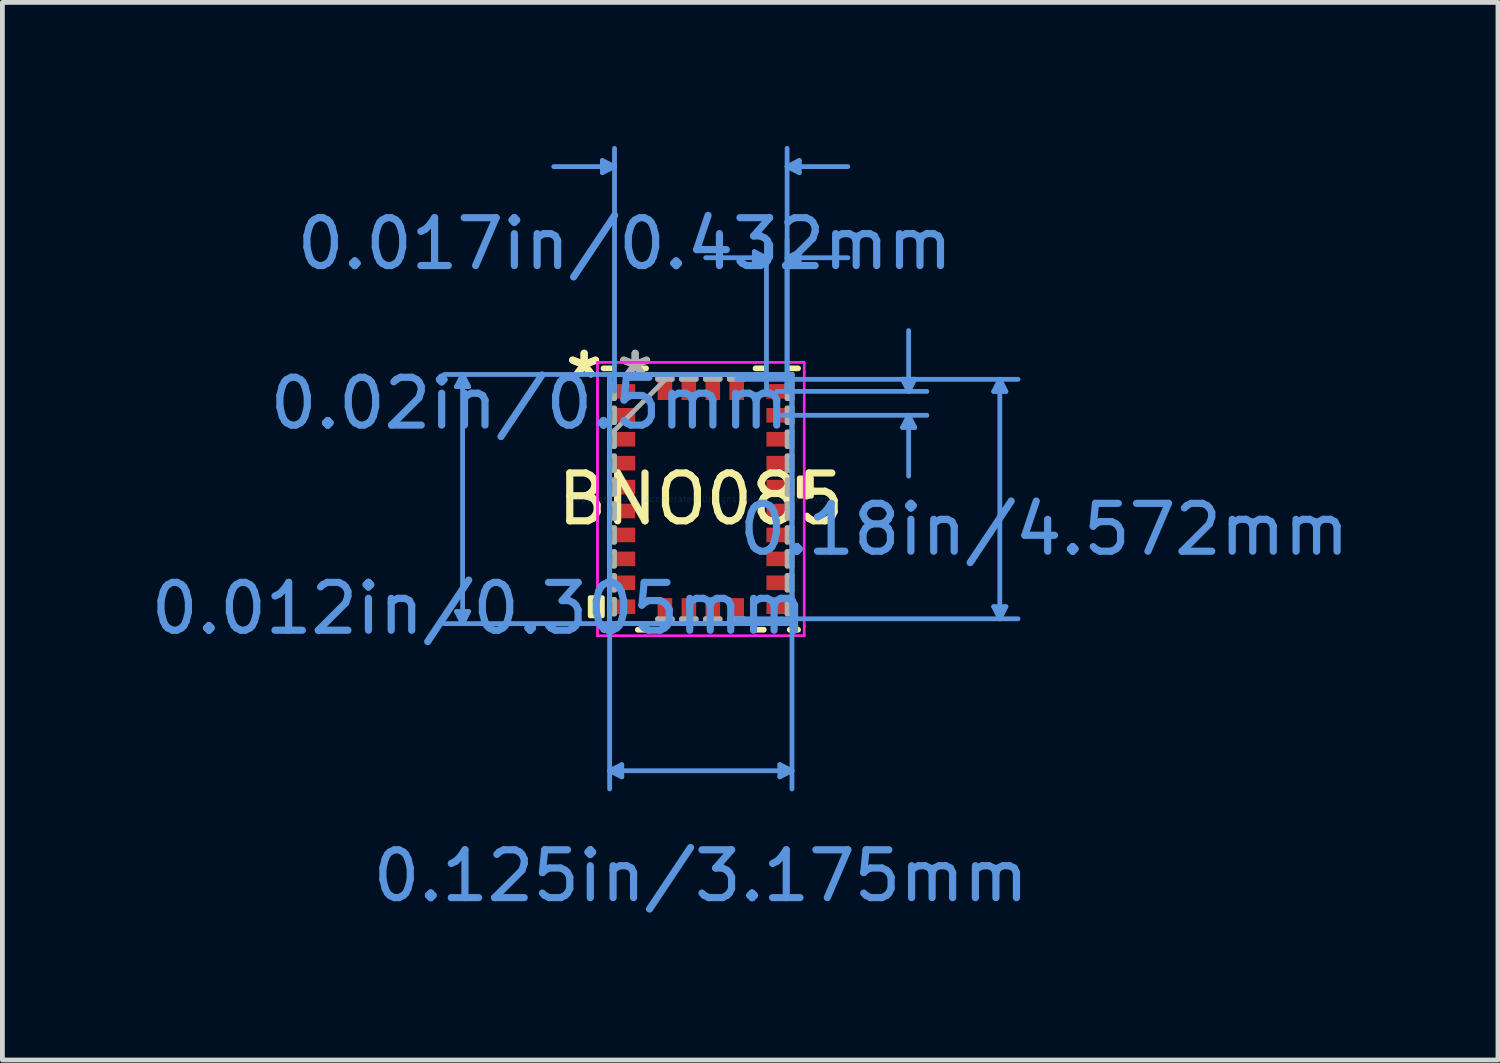
<source format=kicad_pcb>
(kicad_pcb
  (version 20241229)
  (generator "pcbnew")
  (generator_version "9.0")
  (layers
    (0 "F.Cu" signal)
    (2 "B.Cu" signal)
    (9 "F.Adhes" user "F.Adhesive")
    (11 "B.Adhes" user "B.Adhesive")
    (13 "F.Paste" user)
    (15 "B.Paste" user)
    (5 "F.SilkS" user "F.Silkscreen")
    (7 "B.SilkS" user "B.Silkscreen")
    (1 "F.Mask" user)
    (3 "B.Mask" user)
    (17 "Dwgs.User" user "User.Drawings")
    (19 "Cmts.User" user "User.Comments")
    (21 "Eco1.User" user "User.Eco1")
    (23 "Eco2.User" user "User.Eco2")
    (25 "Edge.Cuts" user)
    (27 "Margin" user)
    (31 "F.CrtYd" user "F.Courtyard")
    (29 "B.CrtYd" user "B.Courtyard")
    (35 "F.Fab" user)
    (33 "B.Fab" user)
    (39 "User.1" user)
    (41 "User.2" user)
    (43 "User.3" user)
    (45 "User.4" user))
  (footprint "BNO085"
    (layer "F.Cu")
    (at 11.594 7.378)
    (property "Reference" "BNO085" (at 0 0 0) (layer "F.SilkS") (effects (font (size 1 1) (thickness 0.15))))
    (attr through_hole)
    (fp_line (start -2.032 2.731) (end -1.859 2.731) (stroke (width 0.12) (type solid)) (layer "F.SilkS"))
    (fp_line (start -1.859 -2.731) (end -2.032 -2.731) (stroke (width 0.12) (type solid)) (layer "F.SilkS"))
    (fp_line (start -1.316 2.731) (end -1.144 2.731) (stroke (width 0.12) (type solid)) (layer "F.SilkS"))
    (fp_line (start -1.144 -2.731) (end -1.316 -2.731) (stroke (width 0.12) (type solid)) (layer "F.SilkS"))
    (fp_line (start 1.144 2.731) (end 1.316 2.731) (stroke (width 0.12) (type solid)) (layer "F.SilkS"))
    (fp_line (start 1.316 -2.731) (end 1.144 -2.731) (stroke (width 0.12) (type solid)) (layer "F.SilkS"))
    (fp_line (start 1.859 2.731) (end 2.032 2.731) (stroke (width 0.12) (type solid)) (layer "F.SilkS"))
    (fp_line (start 2.032 -2.731) (end 1.859 -2.731) (stroke (width 0.12) (type solid)) (layer "F.SilkS"))
    (fp_poly (pts (xy -2.311 2.06) (xy -2.311 2.441) (xy -2.057 2.441) (xy -2.057 2.06)) (stroke (width 0.1) (type solid)) (fill yes) (layer "F.SilkS"))
    (fp_poly (pts (xy 2.311 -0.441) (xy 2.311 -0.059) (xy 2.057 -0.059) (xy 2.057 -0.441)) (stroke (width 0.1) (type solid)) (fill yes) (layer "F.SilkS"))
    (fp_line (start -5.105 -2.349) (end -4.851 -2.349) (stroke (width 0.1) (type solid)) (layer "Cmts.User"))
    (fp_line (start -5.105 2.349) (end -4.851 2.349) (stroke (width 0.1) (type solid)) (layer "Cmts.User"))
    (fp_line (start -4.978 -2.603) (end -5.105 -2.349) (stroke (width 0.1) (type solid)) (layer "Cmts.User"))
    (fp_line (start -4.978 -2.603) (end -4.978 2.603) (stroke (width 0.1) (type solid)) (layer "Cmts.User"))
    (fp_line (start -4.978 -2.603) (end -4.851 -2.349) (stroke (width 0.1) (type solid)) (layer "Cmts.User"))
    (fp_line (start -4.978 2.603) (end -5.105 2.349) (stroke (width 0.1) (type solid)) (layer "Cmts.User"))
    (fp_line (start -4.978 2.603) (end -4.851 2.349) (stroke (width 0.1) (type solid)) (layer "Cmts.User"))
    (fp_line (start -2.057 -7.074) (end -2.057 -6.82) (stroke (width 0.1) (type solid)) (layer "Cmts.User"))
    (fp_line (start -1.905 -2.603) (end -1.905 6.058) (stroke (width 0.1) (type solid)) (layer "Cmts.User"))
    (fp_line (start -1.905 5.677) (end -1.651 5.55) (stroke (width 0.1) (type solid)) (layer "Cmts.User"))
    (fp_line (start -1.905 5.677) (end -1.651 5.804) (stroke (width 0.1) (type solid)) (layer "Cmts.User"))
    (fp_line (start -1.905 5.677) (end 1.905 5.677) (stroke (width 0.1) (type solid)) (layer "Cmts.User"))
    (fp_line (start -1.803 -6.947) (end -3.073 -6.947) (stroke (width 0.1) (type solid)) (layer "Cmts.User"))
    (fp_line (start -1.803 -6.947) (end -2.057 -7.074) (stroke (width 0.1) (type solid)) (layer "Cmts.User"))
    (fp_line (start -1.803 -6.947) (end -2.057 -6.82) (stroke (width 0.1) (type solid)) (layer "Cmts.User"))
    (fp_line (start -1.803 -2.25) (end -1.803 -7.328) (stroke (width 0.1) (type solid)) (layer "Cmts.User"))
    (fp_line (start -1.651 5.55) (end -1.651 5.804) (stroke (width 0.1) (type solid)) (layer "Cmts.User"))
    (fp_line (start 0.75 -2.502) (end 6.629 -2.502) (stroke (width 0.1) (type solid)) (layer "Cmts.User"))
    (fp_line (start 0.75 2.502) (end 6.629 2.502) (stroke (width 0.1) (type solid)) (layer "Cmts.User"))
    (fp_line (start 1.118 -5.169) (end 1.118 -4.915) (stroke (width 0.1) (type solid)) (layer "Cmts.User"))
    (fp_line (start 1.372 -5.042) (end 0.102 -5.042) (stroke (width 0.1) (type solid)) (layer "Cmts.User"))
    (fp_line (start 1.372 -5.042) (end 1.118 -5.169) (stroke (width 0.1) (type solid)) (layer "Cmts.User"))
    (fp_line (start 1.372 -5.042) (end 1.118 -4.915) (stroke (width 0.1) (type solid)) (layer "Cmts.User"))
    (fp_line (start 1.372 -2.25) (end 1.372 -5.423) (stroke (width 0.1) (type solid)) (layer "Cmts.User"))
    (fp_line (start 1.587 -2.25) (end 4.724 -2.25) (stroke (width 0.1) (type solid)) (layer "Cmts.User"))
    (fp_line (start 1.587 -1.75) (end 4.724 -1.75) (stroke (width 0.1) (type solid)) (layer "Cmts.User"))
    (fp_line (start 1.651 5.55) (end 1.651 5.804) (stroke (width 0.1) (type solid)) (layer "Cmts.User"))
    (fp_line (start 1.803 -6.947) (end 2.057 -7.074) (stroke (width 0.1) (type solid)) (layer "Cmts.User"))
    (fp_line (start 1.803 -6.947) (end 2.057 -6.82) (stroke (width 0.1) (type solid)) (layer "Cmts.User"))
    (fp_line (start 1.803 -6.947) (end 3.073 -6.947) (stroke (width 0.1) (type solid)) (layer "Cmts.User"))
    (fp_line (start 1.803 -5.042) (end 2.057 -5.169) (stroke (width 0.1) (type solid)) (layer "Cmts.User"))
    (fp_line (start 1.803 -5.042) (end 2.057 -4.915) (stroke (width 0.1) (type solid)) (layer "Cmts.User"))
    (fp_line (start 1.803 -5.042) (end 3.073 -5.042) (stroke (width 0.1) (type solid)) (layer "Cmts.User"))
    (fp_line (start 1.803 -2.25) (end 1.803 -7.328) (stroke (width 0.1) (type solid)) (layer "Cmts.User"))
    (fp_line (start 1.803 -2.25) (end 1.803 -5.423) (stroke (width 0.1) (type solid)) (layer "Cmts.User"))
    (fp_line (start 1.905 -2.603) (end -5.359 -2.603) (stroke (width 0.1) (type solid)) (layer "Cmts.User"))
    (fp_line (start 1.905 -2.603) (end 1.905 6.058) (stroke (width 0.1) (type solid)) (layer "Cmts.User"))
    (fp_line (start 1.905 2.603) (end -5.359 2.603) (stroke (width 0.1) (type solid)) (layer "Cmts.User"))
    (fp_line (start 1.905 5.677) (end 1.651 5.55) (stroke (width 0.1) (type solid)) (layer "Cmts.User"))
    (fp_line (start 1.905 5.677) (end 1.651 5.804) (stroke (width 0.1) (type solid)) (layer "Cmts.User"))
    (fp_line (start 2.057 -7.074) (end 2.057 -6.82) (stroke (width 0.1) (type solid)) (layer "Cmts.User"))
    (fp_line (start 2.057 -5.169) (end 2.057 -4.915) (stroke (width 0.1) (type solid)) (layer "Cmts.User"))
    (fp_line (start 4.216 -2.504) (end 4.47 -2.504) (stroke (width 0.1) (type solid)) (layer "Cmts.User"))
    (fp_line (start 4.216 -1.496) (end 4.47 -1.496) (stroke (width 0.1) (type solid)) (layer "Cmts.User"))
    (fp_line (start 4.343 -2.25) (end 4.216 -2.504) (stroke (width 0.1) (type solid)) (layer "Cmts.User"))
    (fp_line (start 4.343 -2.25) (end 4.343 -3.52) (stroke (width 0.1) (type solid)) (layer "Cmts.User"))
    (fp_line (start 4.343 -2.25) (end 4.47 -2.504) (stroke (width 0.1) (type solid)) (layer "Cmts.User"))
    (fp_line (start 4.343 -1.75) (end 4.216 -1.496) (stroke (width 0.1) (type solid)) (layer "Cmts.User"))
    (fp_line (start 4.343 -1.75) (end 4.343 -0.48) (stroke (width 0.1) (type solid)) (layer "Cmts.User"))
    (fp_line (start 4.343 -1.75) (end 4.47 -1.496) (stroke (width 0.1) (type solid)) (layer "Cmts.User"))
    (fp_line (start 6.121 -2.248) (end 6.375 -2.248) (stroke (width 0.1) (type solid)) (layer "Cmts.User"))
    (fp_line (start 6.121 2.248) (end 6.375 2.248) (stroke (width 0.1) (type solid)) (layer "Cmts.User"))
    (fp_line (start 6.248 -2.502) (end 6.121 -2.248) (stroke (width 0.1) (type solid)) (layer "Cmts.User"))
    (fp_line (start 6.248 -2.502) (end 6.248 2.502) (stroke (width 0.1) (type solid)) (layer "Cmts.User"))
    (fp_line (start 6.248 -2.502) (end 6.375 -2.248) (stroke (width 0.1) (type solid)) (layer "Cmts.User"))
    (fp_line (start 6.248 2.502) (end 6.121 2.248) (stroke (width 0.1) (type solid)) (layer "Cmts.User"))
    (fp_line (start 6.248 2.502) (end 6.375 2.248) (stroke (width 0.1) (type solid)) (layer "Cmts.User"))
    (fp_line (start -2.159 -2.857) (end -1.156 -2.857) (stroke (width 0.05) (type solid)) (layer "F.CrtYd"))
    (fp_line (start -2.159 -2.857) (end -1.156 -2.857) (stroke (width 0.05) (type solid)) (layer "F.CrtYd"))
    (fp_line (start -2.159 -2.656) (end -2.159 -2.857) (stroke (width 0.05) (type solid)) (layer "F.CrtYd"))
    (fp_line (start -2.159 -2.656) (end -2.159 -2.857) (stroke (width 0.05) (type solid)) (layer "F.CrtYd"))
    (fp_line (start -2.159 -2.656) (end -2.159 -2.656) (stroke (width 0.05) (type solid)) (layer "F.CrtYd"))
    (fp_line (start -2.159 -2.656) (end -2.159 -2.656) (stroke (width 0.05) (type solid)) (layer "F.CrtYd"))
    (fp_line (start -2.159 2.656) (end -2.159 -2.656) (stroke (width 0.05) (type solid)) (layer "F.CrtYd"))
    (fp_line (start -2.159 2.656) (end -2.159 -2.656) (stroke (width 0.05) (type solid)) (layer "F.CrtYd"))
    (fp_line (start -2.159 2.656) (end -2.159 2.656) (stroke (width 0.05) (type solid)) (layer "F.CrtYd"))
    (fp_line (start -2.159 2.656) (end -2.159 2.656) (stroke (width 0.05) (type solid)) (layer "F.CrtYd"))
    (fp_line (start -2.159 2.857) (end -2.159 2.656) (stroke (width 0.05) (type solid)) (layer "F.CrtYd"))
    (fp_line (start -2.159 2.857) (end -2.159 2.656) (stroke (width 0.05) (type solid)) (layer "F.CrtYd"))
    (fp_line (start -1.156 -2.857) (end -1.156 -2.857) (stroke (width 0.05) (type solid)) (layer "F.CrtYd"))
    (fp_line (start -1.156 -2.857) (end -1.156 -2.857) (stroke (width 0.05) (type solid)) (layer "F.CrtYd"))
    (fp_line (start -1.156 -2.857) (end 1.156 -2.857) (stroke (width 0.05) (type solid)) (layer "F.CrtYd"))
    (fp_line (start -1.156 -2.857) (end 1.156 -2.857) (stroke (width 0.05) (type solid)) (layer "F.CrtYd"))
    (fp_line (start -1.156 2.857) (end -2.159 2.857) (stroke (width 0.05) (type solid)) (layer "F.CrtYd"))
    (fp_line (start -1.156 2.857) (end -2.159 2.857) (stroke (width 0.05) (type solid)) (layer "F.CrtYd"))
    (fp_line (start -1.156 2.857) (end -1.156 2.857) (stroke (width 0.05) (type solid)) (layer "F.CrtYd"))
    (fp_line (start -1.156 2.857) (end -1.156 2.857) (stroke (width 0.05) (type solid)) (layer "F.CrtYd"))
    (fp_line (start 1.156 -2.857) (end 1.156 -2.857) (stroke (width 0.05) (type solid)) (layer "F.CrtYd"))
    (fp_line (start 1.156 -2.857) (end 1.156 -2.857) (stroke (width 0.05) (type solid)) (layer "F.CrtYd"))
    (fp_line (start 1.156 -2.857) (end 2.159 -2.857) (stroke (width 0.05) (type solid)) (layer "F.CrtYd"))
    (fp_line (start 1.156 -2.857) (end 2.159 -2.857) (stroke (width 0.05) (type solid)) (layer "F.CrtYd"))
    (fp_line (start 1.156 2.857) (end -1.156 2.857) (stroke (width 0.05) (type solid)) (layer "F.CrtYd"))
    (fp_line (start 1.156 2.857) (end -1.156 2.857) (stroke (width 0.05) (type solid)) (layer "F.CrtYd"))
    (fp_line (start 1.156 2.857) (end 1.156 2.857) (stroke (width 0.05) (type solid)) (layer "F.CrtYd"))
    (fp_line (start 1.156 2.857) (end 1.156 2.857) (stroke (width 0.05) (type solid)) (layer "F.CrtYd"))
    (fp_line (start 2.159 -2.857) (end 2.159 -2.656) (stroke (width 0.05) (type solid)) (layer "F.CrtYd"))
    (fp_line (start 2.159 -2.857) (end 2.159 -2.656) (stroke (width 0.05) (type solid)) (layer "F.CrtYd"))
    (fp_line (start 2.159 -2.656) (end 2.159 -2.656) (stroke (width 0.05) (type solid)) (layer "F.CrtYd"))
    (fp_line (start 2.159 -2.656) (end 2.159 -2.656) (stroke (width 0.05) (type solid)) (layer "F.CrtYd"))
    (fp_line (start 2.159 -2.656) (end 2.159 2.656) (stroke (width 0.05) (type solid)) (layer "F.CrtYd"))
    (fp_line (start 2.159 -2.656) (end 2.159 2.656) (stroke (width 0.05) (type solid)) (layer "F.CrtYd"))
    (fp_line (start 2.159 2.656) (end 2.159 2.656) (stroke (width 0.05) (type solid)) (layer "F.CrtYd"))
    (fp_line (start 2.159 2.656) (end 2.159 2.656) (stroke (width 0.05) (type solid)) (layer "F.CrtYd"))
    (fp_line (start 2.159 2.656) (end 2.159 2.857) (stroke (width 0.05) (type solid)) (layer "F.CrtYd"))
    (fp_line (start 2.159 2.656) (end 2.159 2.857) (stroke (width 0.05) (type solid)) (layer "F.CrtYd"))
    (fp_line (start 2.159 2.857) (end 1.156 2.857) (stroke (width 0.05) (type solid)) (layer "F.CrtYd"))
    (fp_line (start 2.159 2.857) (end 1.156 2.857) (stroke (width 0.05) (type solid)) (layer "F.CrtYd"))
    (fp_line (start -1.905 -2.603) (end -1.905 -2.603) (stroke (width 0.1) (type solid)) (layer "F.Fab"))
    (fp_line (start -1.905 -2.603) (end -1.905 2.603) (stroke (width 0.1) (type solid)) (layer "F.Fab"))
    (fp_line (start -1.905 -2.402) (end -1.803 -2.402) (stroke (width 0.1) (type solid)) (layer "F.Fab"))
    (fp_line (start -1.905 -2.098) (end -1.905 -2.402) (stroke (width 0.1) (type solid)) (layer "F.Fab"))
    (fp_line (start -1.905 -1.902) (end -1.803 -1.902) (stroke (width 0.1) (type solid)) (layer "F.Fab"))
    (fp_line (start -1.905 -1.598) (end -1.905 -1.902) (stroke (width 0.1) (type solid)) (layer "F.Fab"))
    (fp_line (start -1.905 -1.402) (end -1.803 -1.402) (stroke (width 0.1) (type solid)) (layer "F.Fab"))
    (fp_line (start -1.905 -1.333) (end -0.635 -2.603) (stroke (width 0.1) (type solid)) (layer "F.Fab"))
    (fp_line (start -1.905 -1.098) (end -1.905 -1.402) (stroke (width 0.1) (type solid)) (layer "F.Fab"))
    (fp_line (start -1.905 -0.902) (end -1.803 -0.902) (stroke (width 0.1) (type solid)) (layer "F.Fab"))
    (fp_line (start -1.905 -0.598) (end -1.905 -0.902) (stroke (width 0.1) (type solid)) (layer "F.Fab"))
    (fp_line (start -1.905 -0.402) (end -1.803 -0.402) (stroke (width 0.1) (type solid)) (layer "F.Fab"))
    (fp_line (start -1.905 -0.098) (end -1.905 -0.402) (stroke (width 0.1) (type solid)) (layer "F.Fab"))
    (fp_line (start -1.905 0.098) (end -1.803 0.098) (stroke (width 0.1) (type solid)) (layer "F.Fab"))
    (fp_line (start -1.905 0.402) (end -1.905 0.098) (stroke (width 0.1) (type solid)) (layer "F.Fab"))
    (fp_line (start -1.905 0.598) (end -1.803 0.598) (stroke (width 0.1) (type solid)) (layer "F.Fab"))
    (fp_line (start -1.905 0.902) (end -1.905 0.598) (stroke (width 0.1) (type solid)) (layer "F.Fab"))
    (fp_line (start -1.905 1.098) (end -1.803 1.098) (stroke (width 0.1) (type solid)) (layer "F.Fab"))
    (fp_line (start -1.905 1.402) (end -1.905 1.098) (stroke (width 0.1) (type solid)) (layer "F.Fab"))
    (fp_line (start -1.905 1.598) (end -1.803 1.598) (stroke (width 0.1) (type solid)) (layer "F.Fab"))
    (fp_line (start -1.905 1.902) (end -1.905 1.598) (stroke (width 0.1) (type solid)) (layer "F.Fab"))
    (fp_line (start -1.905 2.098) (end -1.803 2.098) (stroke (width 0.1) (type solid)) (layer "F.Fab"))
    (fp_line (start -1.905 2.402) (end -1.905 2.098) (stroke (width 0.1) (type solid)) (layer "F.Fab"))
    (fp_line (start -1.905 2.603) (end -1.905 2.603) (stroke (width 0.1) (type solid)) (layer "F.Fab"))
    (fp_line (start -1.905 2.603) (end 1.905 2.603) (stroke (width 0.1) (type solid)) (layer "F.Fab"))
    (fp_line (start -1.803 -2.402) (end -1.803 -2.098) (stroke (width 0.1) (type solid)) (layer "F.Fab"))
    (fp_line (start -1.803 -2.098) (end -1.905 -2.098) (stroke (width 0.1) (type solid)) (layer "F.Fab"))
    (fp_line (start -1.803 -1.902) (end -1.803 -1.598) (stroke (width 0.1) (type solid)) (layer "F.Fab"))
    (fp_line (start -1.803 -1.598) (end -1.905 -1.598) (stroke (width 0.1) (type solid)) (layer "F.Fab"))
    (fp_line (start -1.803 -1.402) (end -1.803 -1.098) (stroke (width 0.1) (type solid)) (layer "F.Fab"))
    (fp_line (start -1.803 -1.098) (end -1.905 -1.098) (stroke (width 0.1) (type solid)) (layer "F.Fab"))
    (fp_line (start -1.803 -0.902) (end -1.803 -0.598) (stroke (width 0.1) (type solid)) (layer "F.Fab"))
    (fp_line (start -1.803 -0.598) (end -1.905 -0.598) (stroke (width 0.1) (type solid)) (layer "F.Fab"))
    (fp_line (start -1.803 -0.402) (end -1.803 -0.098) (stroke (width 0.1) (type solid)) (layer "F.Fab"))
    (fp_line (start -1.803 -0.098) (end -1.905 -0.098) (stroke (width 0.1) (type solid)) (layer "F.Fab"))
    (fp_line (start -1.803 0.098) (end -1.803 0.402) (stroke (width 0.1) (type solid)) (layer "F.Fab"))
    (fp_line (start -1.803 0.402) (end -1.905 0.402) (stroke (width 0.1) (type solid)) (layer "F.Fab"))
    (fp_line (start -1.803 0.598) (end -1.803 0.902) (stroke (width 0.1) (type solid)) (layer "F.Fab"))
    (fp_line (start -1.803 0.902) (end -1.905 0.902) (stroke (width 0.1) (type solid)) (layer "F.Fab"))
    (fp_line (start -1.803 1.098) (end -1.803 1.402) (stroke (width 0.1) (type solid)) (layer "F.Fab"))
    (fp_line (start -1.803 1.402) (end -1.905 1.402) (stroke (width 0.1) (type solid)) (layer "F.Fab"))
    (fp_line (start -1.803 1.598) (end -1.803 1.902) (stroke (width 0.1) (type solid)) (layer "F.Fab"))
    (fp_line (start -1.803 1.902) (end -1.905 1.902) (stroke (width 0.1) (type solid)) (layer "F.Fab"))
    (fp_line (start -1.803 2.098) (end -1.803 2.402) (stroke (width 0.1) (type solid)) (layer "F.Fab"))
    (fp_line (start -1.803 2.402) (end -1.905 2.402) (stroke (width 0.1) (type solid)) (layer "F.Fab"))
    (fp_line (start -0.902 -2.603) (end -0.598 -2.603) (stroke (width 0.1) (type solid)) (layer "F.Fab"))
    (fp_line (start -0.902 -2.502) (end -0.902 -2.603) (stroke (width 0.1) (type solid)) (layer "F.Fab"))
    (fp_line (start -0.902 2.502) (end -0.598 2.502) (stroke (width 0.1) (type solid)) (layer "F.Fab"))
    (fp_line (start -0.902 2.603) (end -0.902 2.502) (stroke (width 0.1) (type solid)) (layer "F.Fab"))
    (fp_line (start -0.598 -2.603) (end -0.598 -2.502) (stroke (width 0.1) (type solid)) (layer "F.Fab"))
    (fp_line (start -0.598 -2.502) (end -0.902 -2.502) (stroke (width 0.1) (type solid)) (layer "F.Fab"))
    (fp_line (start -0.598 2.502) (end -0.598 2.603) (stroke (width 0.1) (type solid)) (layer "F.Fab"))
    (fp_line (start -0.598 2.603) (end -0.902 2.603) (stroke (width 0.1) (type solid)) (layer "F.Fab"))
    (fp_line (start -0.402 -2.603) (end -0.098 -2.603) (stroke (width 0.1) (type solid)) (layer "F.Fab"))
    (fp_line (start -0.402 -2.502) (end -0.402 -2.603) (stroke (width 0.1) (type solid)) (layer "F.Fab"))
    (fp_line (start -0.402 2.502) (end -0.098 2.502) (stroke (width 0.1) (type solid)) (layer "F.Fab"))
    (fp_line (start -0.402 2.603) (end -0.402 2.502) (stroke (width 0.1) (type solid)) (layer "F.Fab"))
    (fp_line (start -0.098 -2.603) (end -0.098 -2.502) (stroke (width 0.1) (type solid)) (layer "F.Fab"))
    (fp_line (start -0.098 -2.502) (end -0.402 -2.502) (stroke (width 0.1) (type solid)) (layer "F.Fab"))
    (fp_line (start -0.098 2.502) (end -0.098 2.603) (stroke (width 0.1) (type solid)) (layer "F.Fab"))
    (fp_line (start -0.098 2.603) (end -0.402 2.603) (stroke (width 0.1) (type solid)) (layer "F.Fab"))
    (fp_line (start 0.098 -2.603) (end 0.402 -2.603) (stroke (width 0.1) (type solid)) (layer "F.Fab"))
    (fp_line (start 0.098 -2.502) (end 0.098 -2.603) (stroke (width 0.1) (type solid)) (layer "F.Fab"))
    (fp_line (start 0.098 2.502) (end 0.402 2.502) (stroke (width 0.1) (type solid)) (layer "F.Fab"))
    (fp_line (start 0.098 2.603) (end 0.098 2.502) (stroke (width 0.1) (type solid)) (layer "F.Fab"))
    (fp_line (start 0.402 -2.603) (end 0.402 -2.502) (stroke (width 0.1) (type solid)) (layer "F.Fab"))
    (fp_line (start 0.402 -2.502) (end 0.098 -2.502) (stroke (width 0.1) (type solid)) (layer "F.Fab"))
    (fp_line (start 0.402 2.502) (end 0.402 2.603) (stroke (width 0.1) (type solid)) (layer "F.Fab"))
    (fp_line (start 0.402 2.603) (end 0.098 2.603) (stroke (width 0.1) (type solid)) (layer "F.Fab"))
    (fp_line (start 0.598 -2.603) (end 0.902 -2.603) (stroke (width 0.1) (type solid)) (layer "F.Fab"))
    (fp_line (start 0.598 -2.502) (end 0.598 -2.603) (stroke (width 0.1) (type solid)) (layer "F.Fab"))
    (fp_line (start 0.598 2.502) (end 0.902 2.502) (stroke (width 0.1) (type solid)) (layer "F.Fab"))
    (fp_line (start 0.598 2.603) (end 0.598 2.502) (stroke (width 0.1) (type solid)) (layer "F.Fab"))
    (fp_line (start 0.902 -2.603) (end 0.902 -2.502) (stroke (width 0.1) (type solid)) (layer "F.Fab"))
    (fp_line (start 0.902 -2.502) (end 0.598 -2.502) (stroke (width 0.1) (type solid)) (layer "F.Fab"))
    (fp_line (start 0.902 2.502) (end 0.902 2.603) (stroke (width 0.1) (type solid)) (layer "F.Fab"))
    (fp_line (start 0.902 2.603) (end 0.598 2.603) (stroke (width 0.1) (type solid)) (layer "F.Fab"))
    (fp_line (start 1.803 -2.402) (end 1.905 -2.402) (stroke (width 0.1) (type solid)) (layer "F.Fab"))
    (fp_line (start 1.803 -2.098) (end 1.803 -2.402) (stroke (width 0.1) (type solid)) (layer "F.Fab"))
    (fp_line (start 1.803 -1.902) (end 1.905 -1.902) (stroke (width 0.1) (type solid)) (layer "F.Fab"))
    (fp_line (start 1.803 -1.598) (end 1.803 -1.902) (stroke (width 0.1) (type solid)) (layer "F.Fab"))
    (fp_line (start 1.803 -1.402) (end 1.905 -1.402) (stroke (width 0.1) (type solid)) (layer "F.Fab"))
    (fp_line (start 1.803 -1.098) (end 1.803 -1.402) (stroke (width 0.1) (type solid)) (layer "F.Fab"))
    (fp_line (start 1.803 -0.902) (end 1.905 -0.902) (stroke (width 0.1) (type solid)) (layer "F.Fab"))
    (fp_line (start 1.803 -0.598) (end 1.803 -0.902) (stroke (width 0.1) (type solid)) (layer "F.Fab"))
    (fp_line (start 1.803 -0.402) (end 1.905 -0.402) (stroke (width 0.1) (type solid)) (layer "F.Fab"))
    (fp_line (start 1.803 -0.098) (end 1.803 -0.402) (stroke (width 0.1) (type solid)) (layer "F.Fab"))
    (fp_line (start 1.803 0.098) (end 1.905 0.098) (stroke (width 0.1) (type solid)) (layer "F.Fab"))
    (fp_line (start 1.803 0.402) (end 1.803 0.098) (stroke (width 0.1) (type solid)) (layer "F.Fab"))
    (fp_line (start 1.803 0.598) (end 1.905 0.598) (stroke (width 0.1) (type solid)) (layer "F.Fab"))
    (fp_line (start 1.803 0.902) (end 1.803 0.598) (stroke (width 0.1) (type solid)) (layer "F.Fab"))
    (fp_line (start 1.803 1.098) (end 1.905 1.098) (stroke (width 0.1) (type solid)) (layer "F.Fab"))
    (fp_line (start 1.803 1.402) (end 1.803 1.098) (stroke (width 0.1) (type solid)) (layer "F.Fab"))
    (fp_line (start 1.803 1.598) (end 1.905 1.598) (stroke (width 0.1) (type solid)) (layer "F.Fab"))
    (fp_line (start 1.803 1.902) (end 1.803 1.598) (stroke (width 0.1) (type solid)) (layer "F.Fab"))
    (fp_line (start 1.803 2.098) (end 1.905 2.098) (stroke (width 0.1) (type solid)) (layer "F.Fab"))
    (fp_line (start 1.803 2.402) (end 1.803 2.098) (stroke (width 0.1) (type solid)) (layer "F.Fab"))
    (fp_line (start 1.905 -2.603) (end -1.905 -2.603) (stroke (width 0.1) (type solid)) (layer "F.Fab"))
    (fp_line (start 1.905 -2.603) (end 1.905 -2.603) (stroke (width 0.1) (type solid)) (layer "F.Fab"))
    (fp_line (start 1.905 -2.402) (end 1.905 -2.098) (stroke (width 0.1) (type solid)) (layer "F.Fab"))
    (fp_line (start 1.905 -2.098) (end 1.803 -2.098) (stroke (width 0.1) (type solid)) (layer "F.Fab"))
    (fp_line (start 1.905 -1.902) (end 1.905 -1.598) (stroke (width 0.1) (type solid)) (layer "F.Fab"))
    (fp_line (start 1.905 -1.598) (end 1.803 -1.598) (stroke (width 0.1) (type solid)) (layer "F.Fab"))
    (fp_line (start 1.905 -1.402) (end 1.905 -1.098) (stroke (width 0.1) (type solid)) (layer "F.Fab"))
    (fp_line (start 1.905 -1.098) (end 1.803 -1.098) (stroke (width 0.1) (type solid)) (layer "F.Fab"))
    (fp_line (start 1.905 -0.902) (end 1.905 -0.598) (stroke (width 0.1) (type solid)) (layer "F.Fab"))
    (fp_line (start 1.905 -0.598) (end 1.803 -0.598) (stroke (width 0.1) (type solid)) (layer "F.Fab"))
    (fp_line (start 1.905 -0.402) (end 1.905 -0.098) (stroke (width 0.1) (type solid)) (layer "F.Fab"))
    (fp_line (start 1.905 -0.098) (end 1.803 -0.098) (stroke (width 0.1) (type solid)) (layer "F.Fab"))
    (fp_line (start 1.905 0.098) (end 1.905 0.402) (stroke (width 0.1) (type solid)) (layer "F.Fab"))
    (fp_line (start 1.905 0.402) (end 1.803 0.402) (stroke (width 0.1) (type solid)) (layer "F.Fab"))
    (fp_line (start 1.905 0.598) (end 1.905 0.902) (stroke (width 0.1) (type solid)) (layer "F.Fab"))
    (fp_line (start 1.905 0.902) (end 1.803 0.902) (stroke (width 0.1) (type solid)) (layer "F.Fab"))
    (fp_line (start 1.905 1.098) (end 1.905 1.402) (stroke (width 0.1) (type solid)) (layer "F.Fab"))
    (fp_line (start 1.905 1.402) (end 1.803 1.402) (stroke (width 0.1) (type solid)) (layer "F.Fab"))
    (fp_line (start 1.905 1.598) (end 1.905 1.902) (stroke (width 0.1) (type solid)) (layer "F.Fab"))
    (fp_line (start 1.905 1.902) (end 1.803 1.902) (stroke (width 0.1) (type solid)) (layer "F.Fab"))
    (fp_line (start 1.905 2.098) (end 1.905 2.402) (stroke (width 0.1) (type solid)) (layer "F.Fab"))
    (fp_line (start 1.905 2.402) (end 1.803 2.402) (stroke (width 0.1) (type solid)) (layer "F.Fab"))
    (fp_line (start 1.905 2.603) (end 1.905 -2.603) (stroke (width 0.1) (type solid)) (layer "F.Fab"))
    (fp_line (start 1.905 2.603) (end 1.905 2.603) (stroke (width 0.1) (type solid)) (layer "F.Fab"))
    (fp_text user "*" (at -2.438 -2.5 0) (layer "F.SilkS") (effects (font (size 1 1) (thickness 0.15))))
    (fp_text user "*" (at -2.438 -2.5 0) (layer "F.SilkS") (effects (font (size 1 1) (thickness 0.15))))
    (fp_text user "0.18in/4.572mm" (at 7.176 0.635 0) (layer "Cmts.User") (effects (font (size 1 1) (thickness 0.15))))
    (fp_text user "0.012in/0.305mm" (at -4.636 2.286 0) (layer "Cmts.User") (effects (font (size 1 1) (thickness 0.15))))
    (fp_text user "0.017in/0.432mm" (at -1.587 -5.334 0) (layer "Cmts.User") (effects (font (size 1 1) (thickness 0.15))))
    (fp_text user "Copyright 2021 Accelerated Designs. All rights reserved." (at 0 0 0) (layer "Cmts.User") (effects (font (size 0.127 0.127) (thickness 0.002))))
    (fp_text user "0.02in/0.5mm" (at -3.581 -2 0) (layer "Cmts.User") (effects (font (size 1 1) (thickness 0.15))))
    (fp_text user "0.125in/3.175mm" (at 0 7.874 0) (layer "Cmts.User") (effects (font (size 1 1) (thickness 0.15))))
    (fp_text user "*" (at -1.372 -2.5 0) (layer "F.Fab") (effects (font (size 1 1) (thickness 0.15))))
    (fp_text user "*" (at -1.372 -2.5 0) (layer "F.Fab") (effects (font (size 1 1) (thickness 0.15))))
    (pad "1" smd rect (at -1.587 -2.25 90) (size 0.305 0.432) (layers "F.Cu" "F.Mask" "F.Paste"))
    (pad "2" smd rect (at -1.587 -1.75 90) (size 0.305 0.432) (layers "F.Cu" "F.Mask" "F.Paste"))
    (pad "3" smd rect (at -1.587 -1.25 90) (size 0.305 0.432) (layers "F.Cu" "F.Mask" "F.Paste"))
    (pad "4" smd rect (at -1.587 -0.75 90) (size 0.305 0.432) (layers "F.Cu" "F.Mask" "F.Paste"))
    (pad "5" smd rect (at -1.587 -0.25 90) (size 0.305 0.432) (layers "F.Cu" "F.Mask" "F.Paste"))
    (pad "6" smd rect (at -1.587 0.25 90) (size 0.305 0.432) (layers "F.Cu" "F.Mask" "F.Paste"))
    (pad "7" smd rect (at -1.587 0.75 90) (size 0.305 0.432) (layers "F.Cu" "F.Mask" "F.Paste"))
    (pad "8" smd rect (at -1.587 1.25 90) (size 0.305 0.432) (layers "F.Cu" "F.Mask" "F.Paste"))
    (pad "9" smd rect (at -1.587 1.75 90) (size 0.305 0.432) (layers "F.Cu" "F.Mask" "F.Paste"))
    (pad "10" smd rect (at -1.587 2.25 90) (size 0.305 0.432) (layers "F.Cu" "F.Mask" "F.Paste"))
    (pad "11" smd rect (at -0.75 2.286) (size 0.305 0.432) (layers "F.Cu" "F.Mask" "F.Paste"))
    (pad "12" smd rect (at -0.25 2.286) (size 0.305 0.432) (layers "F.Cu" "F.Mask" "F.Paste"))
    (pad "13" smd rect (at 0.25 2.286) (size 0.305 0.432) (layers "F.Cu" "F.Mask" "F.Paste"))
    (pad "14" smd rect (at 0.75 2.286) (size 0.305 0.432) (layers "F.Cu" "F.Mask" "F.Paste"))
    (pad "15" smd rect (at 1.587 2.25 90) (size 0.305 0.432) (layers "F.Cu" "F.Mask" "F.Paste"))
    (pad "16" smd rect (at 1.587 1.75 90) (size 0.305 0.432) (layers "F.Cu" "F.Mask" "F.Paste"))
    (pad "17" smd rect (at 1.587 1.25 90) (size 0.305 0.432) (layers "F.Cu" "F.Mask" "F.Paste"))
    (pad "18" smd rect (at 1.587 0.75 90) (size 0.305 0.432) (layers "F.Cu" "F.Mask" "F.Paste"))
    (pad "19" smd rect (at 1.587 0.25 90) (size 0.305 0.432) (layers "F.Cu" "F.Mask" "F.Paste"))
    (pad "20" smd rect (at 1.587 -0.25 90) (size 0.305 0.432) (layers "F.Cu" "F.Mask" "F.Paste"))
    (pad "21" smd rect (at 1.587 -0.75 90) (size 0.305 0.432) (layers "F.Cu" "F.Mask" "F.Paste"))
    (pad "22" smd rect (at 1.587 -1.25 90) (size 0.305 0.432) (layers "F.Cu" "F.Mask" "F.Paste"))
    (pad "23" smd rect (at 1.587 -1.75 90) (size 0.305 0.432) (layers "F.Cu" "F.Mask" "F.Paste"))
    (pad "24" smd rect (at 1.587 -2.25 90) (size 0.305 0.432) (layers "F.Cu" "F.Mask" "F.Paste"))
    (pad "25" smd rect (at 0.75 -2.286) (size 0.305 0.432) (layers "F.Cu" "F.Mask" "F.Paste"))
    (pad "26" smd rect (at 0.25 -2.286) (size 0.305 0.432) (layers "F.Cu" "F.Mask" "F.Paste"))
    (pad "27" smd rect (at -0.25 -2.286) (size 0.305 0.432) (layers "F.Cu" "F.Mask" "F.Paste"))
    (pad "28" smd rect (at -0.75 -2.286) (size 0.305 0.432) (layers "F.Cu" "F.Mask" "F.Paste")))
  (gr_rect
    (start -3 -3)
    (end 28.251 19.1)
    (stroke (width 0.1) (type default))
    (fill no)
    (layer "Edge.Cuts")))
</source>
